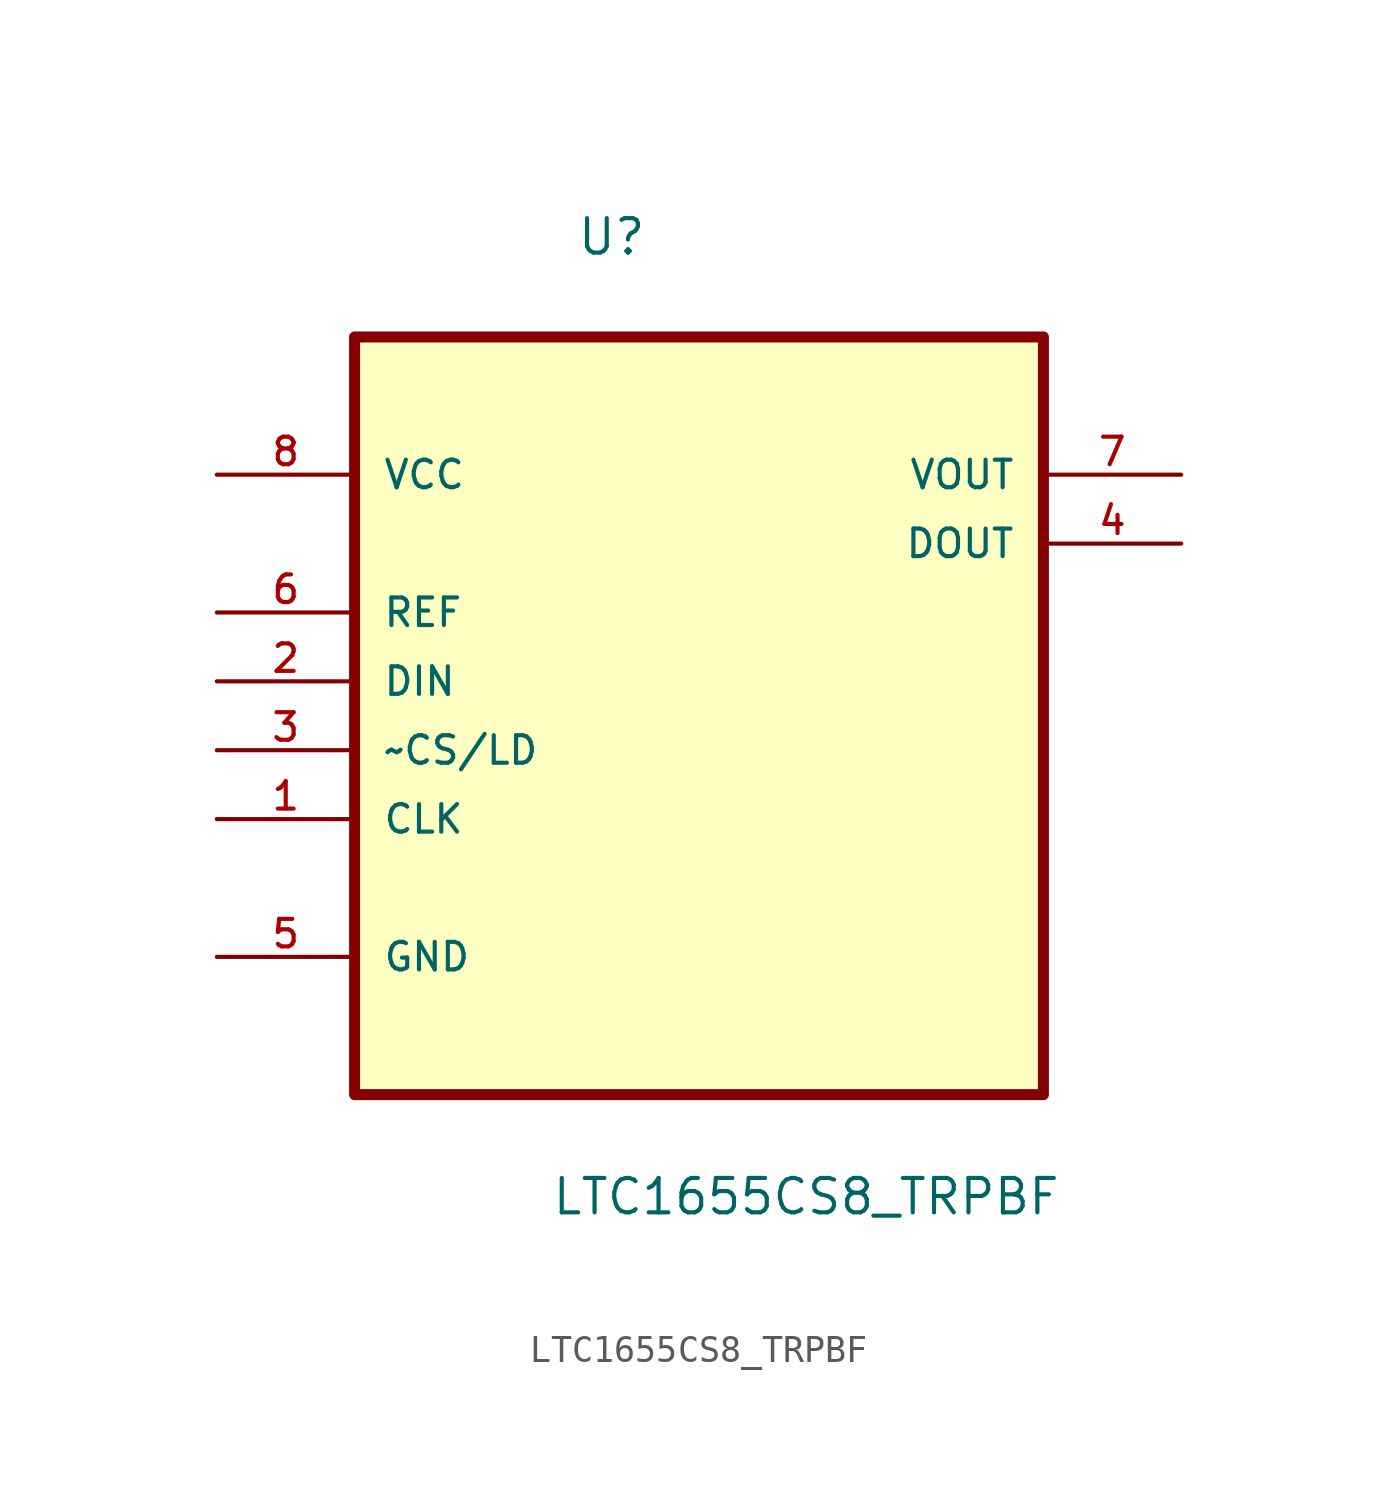
<source format=kicad_sym>
(kicad_symbol_lib
  (version 20211014)
  (generator kicad_symbol_editor)
  (symbol "LTC1655CS8_TRPBF"
    (pin_names
      (offset 1.016))
    (property "Reference" "U"
      (at -4.53 13.107 0.0)
      (effects (font (size 1.27 1.27)) (justify bottom left)))
    (property "Value" "LTC1655CS8_TRPBF"
      (at -5.463 -22.285 0.0)
      (effects (font (size 1.27 1.27)) (justify bottom left)))
    (symbol "LTC1655CS8_TRPBF_0_0"
      (rectangle (start -12.7 -17.78) (end 12.7 10.16) (stroke (width 0.406)) (fill (type background)))
      (pin power_in line (at -17.78 5.08 0) (length 5.08) (name "VCC" (effects (font (size 1.016 1.016)))) (number "8" (effects (font (size 1.016 1.016)))))
      (pin input line (at -17.78 0.0 0) (length 5.08) (name "REF" (effects (font (size 1.016 1.016)))) (number "6" (effects (font (size 1.016 1.016)))))
      (pin input line (at -17.78 -2.54 0) (length 5.08) (name "DIN" (effects (font (size 1.016 1.016)))) (number "2" (effects (font (size 1.016 1.016)))))
      (pin input line (at -17.78 -5.08 0) (length 5.08) (name "~CS/LD" (effects (font (size 1.016 1.016)))) (number "3" (effects (font (size 1.016 1.016)))))
      (pin input line (at -17.78 -7.62 0) (length 5.08) (name "CLK" (effects (font (size 1.016 1.016)))) (number "1" (effects (font (size 1.016 1.016)))))
      (pin passive line (at -17.78 -12.7 0) (length 5.08) (name "GND" (effects (font (size 1.016 1.016)))) (number "5" (effects (font (size 1.016 1.016)))))
      (pin output line (at 17.78 5.08 180.0) (length 5.08) (name "VOUT" (effects (font (size 1.016 1.016)))) (number "7" (effects (font (size 1.016 1.016)))))
      (pin output line (at 17.78 2.54 180.0) (length 5.08) (name "DOUT" (effects (font (size 1.016 1.016)))) (number "4" (effects (font (size 1.016 1.016))))))))
</source>
